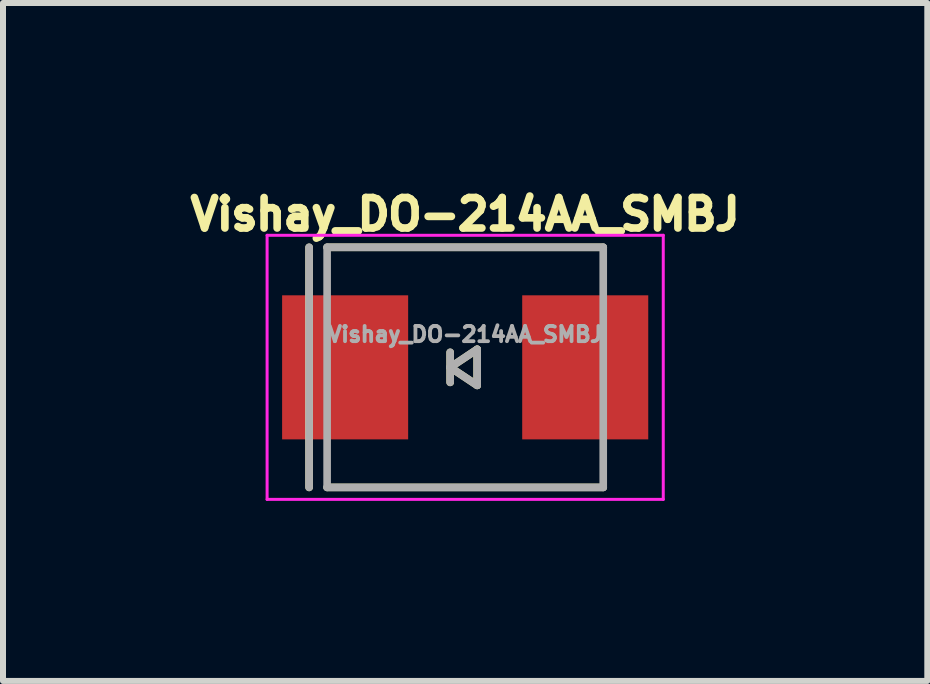
<source format=kicad_pcb>
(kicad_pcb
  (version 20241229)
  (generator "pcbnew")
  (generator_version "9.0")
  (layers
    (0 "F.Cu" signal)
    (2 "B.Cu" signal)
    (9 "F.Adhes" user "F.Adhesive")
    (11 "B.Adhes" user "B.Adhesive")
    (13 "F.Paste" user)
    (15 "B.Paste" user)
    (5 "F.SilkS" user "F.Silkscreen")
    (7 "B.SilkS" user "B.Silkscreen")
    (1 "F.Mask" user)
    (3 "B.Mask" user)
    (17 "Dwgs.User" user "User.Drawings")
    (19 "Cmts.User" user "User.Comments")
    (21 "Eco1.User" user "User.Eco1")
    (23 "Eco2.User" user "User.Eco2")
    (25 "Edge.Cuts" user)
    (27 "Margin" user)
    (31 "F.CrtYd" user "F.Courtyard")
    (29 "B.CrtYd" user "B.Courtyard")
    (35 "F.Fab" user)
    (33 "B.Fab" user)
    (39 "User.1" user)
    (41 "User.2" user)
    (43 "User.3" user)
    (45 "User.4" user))
  (footprint "Vishay_DO-214AA_SMBJ"
    (layer "F.Cu")
    (at 4.7 3.07)
    (property "Reference" "Vishay_DO-214AA_SMBJ" (at 0 -2.55 0) (layer "F.SilkS") (effects (font (size 0.508 0.508) (thickness 0.127))))
    (attr through_hole)
    (fp_line (start -2.6 -2) (end -2.6 2) (stroke (width 0.127) (type solid)) (layer "F.SilkS"))
    (fp_line (start -2.3 -2) (end 2.3 -2) (stroke (width 0.127) (type solid)) (layer "F.SilkS"))
    (fp_line (start -2.3 2) (end 2.3 2) (stroke (width 0.127) (type solid)) (layer "F.SilkS"))
    (fp_line (start -0.25 -0.25) (end -0.25 0.25) (stroke (width 0.127) (type solid)) (layer "F.SilkS"))
    (fp_line (start -0.25 0) (end 0.2 -0.3) (stroke (width 0.127) (type solid)) (layer "F.SilkS"))
    (fp_line (start 0.2 -0.3) (end 0.2 0.3) (stroke (width 0.127) (type solid)) (layer "F.SilkS"))
    (fp_line (start 0.2 0.3) (end -0.25 0) (stroke (width 0.127) (type solid)) (layer "F.SilkS"))
    (fp_line (start -3.3 -2.2) (end 3.3 -2.2) (stroke (width 0.05) (type solid)) (layer "F.CrtYd"))
    (fp_line (start -3.3 2.2) (end -3.3 -2.2) (stroke (width 0.05) (type solid)) (layer "F.CrtYd"))
    (fp_line (start -3.3 2.2) (end 3.3 2.2) (stroke (width 0.05) (type solid)) (layer "F.CrtYd"))
    (fp_line (start 3.3 -2.2) (end 3.3 2.2) (stroke (width 0.05) (type solid)) (layer "F.CrtYd"))
    (fp_line (start -2.6 -2) (end -2.6 2) (stroke (width 0.127) (type solid)) (layer "F.Fab"))
    (fp_line (start -2.3 -2) (end -2.3 2) (stroke (width 0.127) (type solid)) (layer "F.Fab"))
    (fp_line (start -2.3 -2) (end 2.3 -2) (stroke (width 0.127) (type solid)) (layer "F.Fab"))
    (fp_line (start -2.3 2) (end 2.3 2) (stroke (width 0.127) (type solid)) (layer "F.Fab"))
    (fp_line (start -0.25 -0.25) (end -0.25 0.25) (stroke (width 0.127) (type solid)) (layer "F.Fab"))
    (fp_line (start -0.25 0) (end 0.2 -0.3) (stroke (width 0.127) (type solid)) (layer "F.Fab"))
    (fp_line (start 0.2 -0.3) (end 0.2 0.3) (stroke (width 0.127) (type solid)) (layer "F.Fab"))
    (fp_line (start 0.2 0.3) (end -0.25 0) (stroke (width 0.127) (type solid)) (layer "F.Fab"))
    (fp_line (start 2.3 -2) (end 2.3 2) (stroke (width 0.127) (type solid)) (layer "F.Fab"))
    (fp_text user "${REFERENCE}" (at 0 -0.55 0) (layer "F.Fab") (effects (font (size 0.254 0.254) (thickness 0.064))))
    (pad "1" smd rect (at -2 0) (size 2.1 2.4) (layers "F.Cu" "F.Mask" "F.Paste"))
    (pad "2" smd rect (at 2 0) (size 2.1 2.4) (layers "F.Cu" "F.Mask" "F.Paste")))
  (gr_rect
    (start -3 -3)
    (end 12.399 8.295)
    (stroke (width 0.1) (type default))
    (fill no)
    (layer "Edge.Cuts")))
</source>
